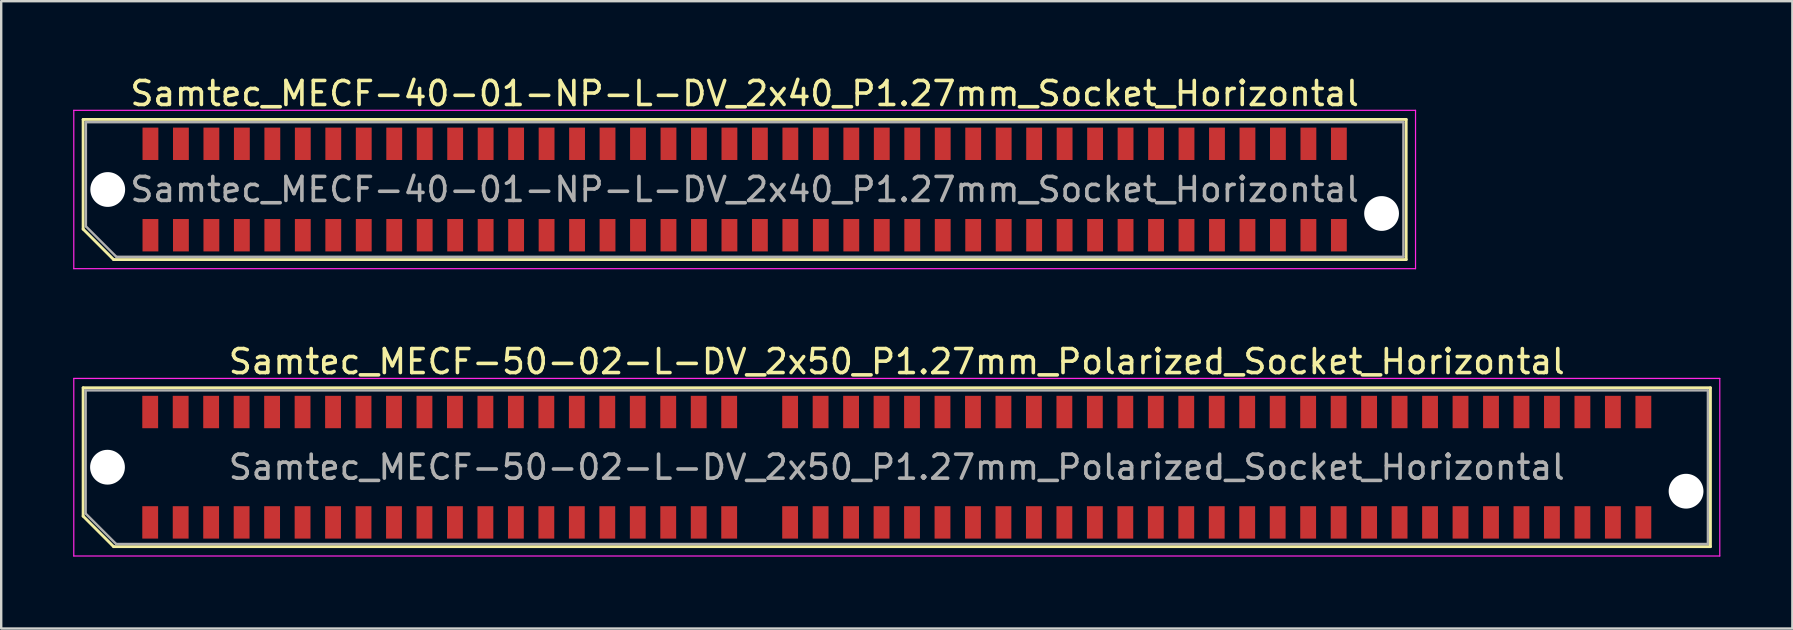
<source format=kicad_pcb>
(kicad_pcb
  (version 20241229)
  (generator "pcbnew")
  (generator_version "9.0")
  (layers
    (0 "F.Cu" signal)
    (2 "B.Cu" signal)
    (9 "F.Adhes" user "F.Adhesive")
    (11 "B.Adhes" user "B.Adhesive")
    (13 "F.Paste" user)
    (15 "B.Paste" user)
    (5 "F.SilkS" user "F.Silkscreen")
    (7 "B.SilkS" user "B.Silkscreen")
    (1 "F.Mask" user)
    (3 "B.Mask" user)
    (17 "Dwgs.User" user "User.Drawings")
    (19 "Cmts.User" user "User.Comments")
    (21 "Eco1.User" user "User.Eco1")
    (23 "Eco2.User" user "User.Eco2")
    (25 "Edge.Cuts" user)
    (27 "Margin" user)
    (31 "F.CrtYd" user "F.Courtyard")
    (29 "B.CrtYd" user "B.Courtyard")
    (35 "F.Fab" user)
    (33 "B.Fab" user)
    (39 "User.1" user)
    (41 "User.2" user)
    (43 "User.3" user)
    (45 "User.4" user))
  (footprint "Samtec_MECF-40-01-NP-L-DV_2x40_P1.27mm_Socket_Horizontal"
    (layer "F.Cu")
    (at 27.985 4.848)
    (property "Reference" "Samtec_MECF-40-01-NP-L-DV_2x40_P1.27mm_Socket_Horizontal" (at 0 -4 0) (layer "F.SilkS") (effects (font (size 1 1) (thickness 0.15))))
    (attr smd)
    (fp_line (start -27.57 -2.92) (end 27.57 -2.92) (stroke (width 0.12) (type solid)) (layer "F.SilkS"))
    (fp_line (start -27.57 1.65) (end -27.57 -2.92) (stroke (width 0.12) (type solid)) (layer "F.SilkS"))
    (fp_line (start -26.3 2.92) (end -27.57 1.65) (stroke (width 0.12) (type solid)) (layer "F.SilkS"))
    (fp_line (start -26.3 2.92) (end 27.57 2.92) (stroke (width 0.12) (type solid)) (layer "F.SilkS"))
    (fp_line (start 27.57 2.92) (end 27.57 -2.92) (stroke (width 0.12) (type solid)) (layer "F.SilkS"))
    (fp_line (start -27.96 -3.3) (end -27.96 3.3) (stroke (width 0.05) (type solid)) (layer "F.CrtYd"))
    (fp_line (start -27.96 3.3) (end 27.96 3.3) (stroke (width 0.05) (type solid)) (layer "F.CrtYd"))
    (fp_line (start 27.96 -3.3) (end -27.96 -3.3) (stroke (width 0.05) (type solid)) (layer "F.CrtYd"))
    (fp_line (start 27.96 3.3) (end 27.96 -3.3) (stroke (width 0.05) (type solid)) (layer "F.CrtYd"))
    (fp_line (start -27.455 -2.805) (end 27.455 -2.805) (stroke (width 0.1) (type solid)) (layer "F.Fab"))
    (fp_line (start -27.455 1.535) (end -27.455 -2.805) (stroke (width 0.1) (type solid)) (layer "F.Fab"))
    (fp_line (start -27.455 1.535) (end -26.185 2.805) (stroke (width 0.1) (type solid)) (layer "F.Fab"))
    (fp_line (start -26.185 2.805) (end 27.455 2.805) (stroke (width 0.1) (type solid)) (layer "F.Fab"))
    (fp_line (start 27.455 2.805) (end 27.455 -2.805) (stroke (width 0.1) (type solid)) (layer "F.Fab"))
    (fp_text user "${REFERENCE}" (at 0 0 0) (layer "F.Fab") (effects (font (size 1 1) (thickness 0.15))))
    (pad "" np_thru_hole circle (at -26.545 0) (size 1.45 1.45) (drill 1.45) (layers "*.Cu" "*.Mask"))
    (pad "" np_thru_hole circle (at 26.545 1) (size 1.45 1.45) (drill 1.45) (layers "*.Cu" "*.Mask"))
    (pad "1" smd rect (at -24.765 1.905) (size 0.66 1.35) (layers "F.Cu" "F.Mask" "F.Paste"))
    (pad "2" smd rect (at -24.765 -1.905) (size 0.66 1.35) (layers "F.Cu" "F.Mask" "F.Paste"))
    (pad "3" smd rect (at -23.495 1.905) (size 0.66 1.35) (layers "F.Cu" "F.Mask" "F.Paste"))
    (pad "4" smd rect (at -23.495 -1.905) (size 0.66 1.35) (layers "F.Cu" "F.Mask" "F.Paste"))
    (pad "5" smd rect (at -22.225 1.905) (size 0.66 1.35) (layers "F.Cu" "F.Mask" "F.Paste"))
    (pad "6" smd rect (at -22.225 -1.905) (size 0.66 1.35) (layers "F.Cu" "F.Mask" "F.Paste"))
    (pad "7" smd rect (at -20.955 1.905) (size 0.66 1.35) (layers "F.Cu" "F.Mask" "F.Paste"))
    (pad "8" smd rect (at -20.955 -1.905) (size 0.66 1.35) (layers "F.Cu" "F.Mask" "F.Paste"))
    (pad "9" smd rect (at -19.685 1.905) (size 0.66 1.35) (layers "F.Cu" "F.Mask" "F.Paste"))
    (pad "10" smd rect (at -19.685 -1.905) (size 0.66 1.35) (layers "F.Cu" "F.Mask" "F.Paste"))
    (pad "11" smd rect (at -18.415 1.905) (size 0.66 1.35) (layers "F.Cu" "F.Mask" "F.Paste"))
    (pad "12" smd rect (at -18.415 -1.905) (size 0.66 1.35) (layers "F.Cu" "F.Mask" "F.Paste"))
    (pad "13" smd rect (at -17.145 1.905) (size 0.66 1.35) (layers "F.Cu" "F.Mask" "F.Paste"))
    (pad "14" smd rect (at -17.145 -1.905) (size 0.66 1.35) (layers "F.Cu" "F.Mask" "F.Paste"))
    (pad "15" smd rect (at -15.875 1.905) (size 0.66 1.35) (layers "F.Cu" "F.Mask" "F.Paste"))
    (pad "16" smd rect (at -15.875 -1.905) (size 0.66 1.35) (layers "F.Cu" "F.Mask" "F.Paste"))
    (pad "17" smd rect (at -14.605 1.905) (size 0.66 1.35) (layers "F.Cu" "F.Mask" "F.Paste"))
    (pad "18" smd rect (at -14.605 -1.905) (size 0.66 1.35) (layers "F.Cu" "F.Mask" "F.Paste"))
    (pad "19" smd rect (at -13.335 1.905) (size 0.66 1.35) (layers "F.Cu" "F.Mask" "F.Paste"))
    (pad "20" smd rect (at -13.335 -1.905) (size 0.66 1.35) (layers "F.Cu" "F.Mask" "F.Paste"))
    (pad "21" smd rect (at -12.065 1.905) (size 0.66 1.35) (layers "F.Cu" "F.Mask" "F.Paste"))
    (pad "22" smd rect (at -12.065 -1.905) (size 0.66 1.35) (layers "F.Cu" "F.Mask" "F.Paste"))
    (pad "23" smd rect (at -10.795 1.905) (size 0.66 1.35) (layers "F.Cu" "F.Mask" "F.Paste"))
    (pad "24" smd rect (at -10.795 -1.905) (size 0.66 1.35) (layers "F.Cu" "F.Mask" "F.Paste"))
    (pad "25" smd rect (at -9.525 1.905) (size 0.66 1.35) (layers "F.Cu" "F.Mask" "F.Paste"))
    (pad "26" smd rect (at -9.525 -1.905) (size 0.66 1.35) (layers "F.Cu" "F.Mask" "F.Paste"))
    (pad "27" smd rect (at -8.255 1.905) (size 0.66 1.35) (layers "F.Cu" "F.Mask" "F.Paste"))
    (pad "28" smd rect (at -8.255 -1.905) (size 0.66 1.35) (layers "F.Cu" "F.Mask" "F.Paste"))
    (pad "29" smd rect (at -6.985 1.905) (size 0.66 1.35) (layers "F.Cu" "F.Mask" "F.Paste"))
    (pad "30" smd rect (at -6.985 -1.905) (size 0.66 1.35) (layers "F.Cu" "F.Mask" "F.Paste"))
    (pad "31" smd rect (at -5.715 1.905) (size 0.66 1.35) (layers "F.Cu" "F.Mask" "F.Paste"))
    (pad "32" smd rect (at -5.715 -1.905) (size 0.66 1.35) (layers "F.Cu" "F.Mask" "F.Paste"))
    (pad "33" smd rect (at -4.445 1.905) (size 0.66 1.35) (layers "F.Cu" "F.Mask" "F.Paste"))
    (pad "34" smd rect (at -4.445 -1.905) (size 0.66 1.35) (layers "F.Cu" "F.Mask" "F.Paste"))
    (pad "35" smd rect (at -3.175 1.905) (size 0.66 1.35) (layers "F.Cu" "F.Mask" "F.Paste"))
    (pad "36" smd rect (at -3.175 -1.905) (size 0.66 1.35) (layers "F.Cu" "F.Mask" "F.Paste"))
    (pad "37" smd rect (at -1.905 1.905) (size 0.66 1.35) (layers "F.Cu" "F.Mask" "F.Paste"))
    (pad "38" smd rect (at -1.905 -1.905) (size 0.66 1.35) (layers "F.Cu" "F.Mask" "F.Paste"))
    (pad "39" smd rect (at -0.635 1.905) (size 0.66 1.35) (layers "F.Cu" "F.Mask" "F.Paste"))
    (pad "40" smd rect (at -0.635 -1.905) (size 0.66 1.35) (layers "F.Cu" "F.Mask" "F.Paste"))
    (pad "41" smd rect (at 0.635 1.905) (size 0.66 1.35) (layers "F.Cu" "F.Mask" "F.Paste"))
    (pad "42" smd rect (at 0.635 -1.905) (size 0.66 1.35) (layers "F.Cu" "F.Mask" "F.Paste"))
    (pad "43" smd rect (at 1.905 1.905) (size 0.66 1.35) (layers "F.Cu" "F.Mask" "F.Paste"))
    (pad "44" smd rect (at 1.905 -1.905) (size 0.66 1.35) (layers "F.Cu" "F.Mask" "F.Paste"))
    (pad "45" smd rect (at 3.175 1.905) (size 0.66 1.35) (layers "F.Cu" "F.Mask" "F.Paste"))
    (pad "46" smd rect (at 3.175 -1.905) (size 0.66 1.35) (layers "F.Cu" "F.Mask" "F.Paste"))
    (pad "47" smd rect (at 4.445 1.905) (size 0.66 1.35) (layers "F.Cu" "F.Mask" "F.Paste"))
    (pad "48" smd rect (at 4.445 -1.905) (size 0.66 1.35) (layers "F.Cu" "F.Mask" "F.Paste"))
    (pad "49" smd rect (at 5.715 1.905) (size 0.66 1.35) (layers "F.Cu" "F.Mask" "F.Paste"))
    (pad "50" smd rect (at 5.715 -1.905) (size 0.66 1.35) (layers "F.Cu" "F.Mask" "F.Paste"))
    (pad "51" smd rect (at 6.985 1.905) (size 0.66 1.35) (layers "F.Cu" "F.Mask" "F.Paste"))
    (pad "52" smd rect (at 6.985 -1.905) (size 0.66 1.35) (layers "F.Cu" "F.Mask" "F.Paste"))
    (pad "53" smd rect (at 8.255 1.905) (size 0.66 1.35) (layers "F.Cu" "F.Mask" "F.Paste"))
    (pad "54" smd rect (at 8.255 -1.905) (size 0.66 1.35) (layers "F.Cu" "F.Mask" "F.Paste"))
    (pad "55" smd rect (at 9.525 1.905) (size 0.66 1.35) (layers "F.Cu" "F.Mask" "F.Paste"))
    (pad "56" smd rect (at 9.525 -1.905) (size 0.66 1.35) (layers "F.Cu" "F.Mask" "F.Paste"))
    (pad "57" smd rect (at 10.795 1.905) (size 0.66 1.35) (layers "F.Cu" "F.Mask" "F.Paste"))
    (pad "58" smd rect (at 10.795 -1.905) (size 0.66 1.35) (layers "F.Cu" "F.Mask" "F.Paste"))
    (pad "59" smd rect (at 12.065 1.905) (size 0.66 1.35) (layers "F.Cu" "F.Mask" "F.Paste"))
    (pad "60" smd rect (at 12.065 -1.905) (size 0.66 1.35) (layers "F.Cu" "F.Mask" "F.Paste"))
    (pad "61" smd rect (at 13.335 1.905) (size 0.66 1.35) (layers "F.Cu" "F.Mask" "F.Paste"))
    (pad "62" smd rect (at 13.335 -1.905) (size 0.66 1.35) (layers "F.Cu" "F.Mask" "F.Paste"))
    (pad "63" smd rect (at 14.605 1.905) (size 0.66 1.35) (layers "F.Cu" "F.Mask" "F.Paste"))
    (pad "64" smd rect (at 14.605 -1.905) (size 0.66 1.35) (layers "F.Cu" "F.Mask" "F.Paste"))
    (pad "65" smd rect (at 15.875 1.905) (size 0.66 1.35) (layers "F.Cu" "F.Mask" "F.Paste"))
    (pad "66" smd rect (at 15.875 -1.905) (size 0.66 1.35) (layers "F.Cu" "F.Mask" "F.Paste"))
    (pad "67" smd rect (at 17.145 1.905) (size 0.66 1.35) (layers "F.Cu" "F.Mask" "F.Paste"))
    (pad "68" smd rect (at 17.145 -1.905) (size 0.66 1.35) (layers "F.Cu" "F.Mask" "F.Paste"))
    (pad "69" smd rect (at 18.415 1.905) (size 0.66 1.35) (layers "F.Cu" "F.Mask" "F.Paste"))
    (pad "70" smd rect (at 18.415 -1.905) (size 0.66 1.35) (layers "F.Cu" "F.Mask" "F.Paste"))
    (pad "71" smd rect (at 19.685 1.905) (size 0.66 1.35) (layers "F.Cu" "F.Mask" "F.Paste"))
    (pad "72" smd rect (at 19.685 -1.905) (size 0.66 1.35) (layers "F.Cu" "F.Mask" "F.Paste"))
    (pad "73" smd rect (at 20.955 1.905) (size 0.66 1.35) (layers "F.Cu" "F.Mask" "F.Paste"))
    (pad "74" smd rect (at 20.955 -1.905) (size 0.66 1.35) (layers "F.Cu" "F.Mask" "F.Paste"))
    (pad "75" smd rect (at 22.225 1.905) (size 0.66 1.35) (layers "F.Cu" "F.Mask" "F.Paste"))
    (pad "76" smd rect (at 22.225 -1.905) (size 0.66 1.35) (layers "F.Cu" "F.Mask" "F.Paste"))
    (pad "77" smd rect (at 23.495 1.905) (size 0.66 1.35) (layers "F.Cu" "F.Mask" "F.Paste"))
    (pad "78" smd rect (at 23.495 -1.905) (size 0.66 1.35) (layers "F.Cu" "F.Mask" "F.Paste"))
    (pad "79" smd rect (at 24.765 1.905) (size 0.66 1.35) (layers "F.Cu" "F.Mask" "F.Paste"))
    (pad "80" smd rect (at 24.765 -1.905) (size 0.66 1.35) (layers "F.Cu" "F.Mask" "F.Paste")))
  (footprint "Samtec_MECF-50-02-L-DV_2x50_P1.27mm_Polarized_Socket_Horizontal"
    (layer "F.Cu")
    (at 34.325 16.422)
    (property "Reference" "Samtec_MECF-50-02-L-DV_2x50_P1.27mm_Polarized_Socket_Horizontal" (at 0 -4.4 0) (layer "F.SilkS") (effects (font (size 1 1) (thickness 0.15))))
    (attr smd)
    (fp_line (start -33.91 -3.31) (end 33.91 -3.31) (stroke (width 0.12) (type solid)) (layer "F.SilkS"))
    (fp_line (start -33.91 2.04) (end -33.91 -3.31) (stroke (width 0.12) (type solid)) (layer "F.SilkS"))
    (fp_line (start -32.64 3.31) (end -33.91 2.04) (stroke (width 0.12) (type solid)) (layer "F.SilkS"))
    (fp_line (start -32.64 3.31) (end 33.91 3.31) (stroke (width 0.12) (type solid)) (layer "F.SilkS"))
    (fp_line (start 33.91 3.31) (end 33.91 -3.31) (stroke (width 0.12) (type solid)) (layer "F.SilkS"))
    (fp_line (start -34.3 -3.7) (end -34.3 3.7) (stroke (width 0.05) (type solid)) (layer "F.CrtYd"))
    (fp_line (start -34.3 3.7) (end 34.3 3.7) (stroke (width 0.05) (type solid)) (layer "F.CrtYd"))
    (fp_line (start 34.3 -3.7) (end -34.3 -3.7) (stroke (width 0.05) (type solid)) (layer "F.CrtYd"))
    (fp_line (start 34.3 3.7) (end 34.3 -3.7) (stroke (width 0.05) (type solid)) (layer "F.CrtYd"))
    (fp_line (start -33.805 -3.2) (end 33.805 -3.2) (stroke (width 0.1) (type solid)) (layer "F.Fab"))
    (fp_line (start -33.805 1.93) (end -33.805 -3.2) (stroke (width 0.1) (type solid)) (layer "F.Fab"))
    (fp_line (start -33.805 1.93) (end -32.535 3.2) (stroke (width 0.1) (type solid)) (layer "F.Fab"))
    (fp_line (start -32.535 3.2) (end 33.805 3.2) (stroke (width 0.1) (type solid)) (layer "F.Fab"))
    (fp_line (start 33.805 3.2) (end 33.805 -3.2) (stroke (width 0.1) (type solid)) (layer "F.Fab"))
    (fp_text user "${REFERENCE}" (at 0 0 0) (layer "F.Fab") (effects (font (size 1 1) (thickness 0.15))))
    (pad "" np_thru_hole circle (at -32.895 0) (size 1.45 1.45) (drill 1.45) (layers "*.Cu" "*.Mask"))
    (pad "" np_thru_hole circle (at 32.895 1) (size 1.45 1.45) (drill 1.45) (layers "*.Cu" "*.Mask"))
    (pad "1" smd rect (at -31.115 2.3) (size 0.66 1.35) (layers "F.Cu" "F.Mask" "F.Paste"))
    (pad "2" smd rect (at -31.115 -2.3) (size 0.66 1.35) (layers "F.Cu" "F.Mask" "F.Paste"))
    (pad "3" smd rect (at -29.845 2.3) (size 0.66 1.35) (layers "F.Cu" "F.Mask" "F.Paste"))
    (pad "4" smd rect (at -29.845 -2.3) (size 0.66 1.35) (layers "F.Cu" "F.Mask" "F.Paste"))
    (pad "5" smd rect (at -28.575 2.3) (size 0.66 1.35) (layers "F.Cu" "F.Mask" "F.Paste"))
    (pad "6" smd rect (at -28.575 -2.3) (size 0.66 1.35) (layers "F.Cu" "F.Mask" "F.Paste"))
    (pad "7" smd rect (at -27.305 2.3) (size 0.66 1.35) (layers "F.Cu" "F.Mask" "F.Paste"))
    (pad "8" smd rect (at -27.305 -2.3) (size 0.66 1.35) (layers "F.Cu" "F.Mask" "F.Paste"))
    (pad "9" smd rect (at -26.035 2.3) (size 0.66 1.35) (layers "F.Cu" "F.Mask" "F.Paste"))
    (pad "10" smd rect (at -26.035 -2.3) (size 0.66 1.35) (layers "F.Cu" "F.Mask" "F.Paste"))
    (pad "11" smd rect (at -24.765 2.3) (size 0.66 1.35) (layers "F.Cu" "F.Mask" "F.Paste"))
    (pad "12" smd rect (at -24.765 -2.3) (size 0.66 1.35) (layers "F.Cu" "F.Mask" "F.Paste"))
    (pad "13" smd rect (at -23.495 2.3) (size 0.66 1.35) (layers "F.Cu" "F.Mask" "F.Paste"))
    (pad "14" smd rect (at -23.495 -2.3) (size 0.66 1.35) (layers "F.Cu" "F.Mask" "F.Paste"))
    (pad "15" smd rect (at -22.225 2.3) (size 0.66 1.35) (layers "F.Cu" "F.Mask" "F.Paste"))
    (pad "16" smd rect (at -22.225 -2.3) (size 0.66 1.35) (layers "F.Cu" "F.Mask" "F.Paste"))
    (pad "17" smd rect (at -20.955 2.3) (size 0.66 1.35) (layers "F.Cu" "F.Mask" "F.Paste"))
    (pad "18" smd rect (at -20.955 -2.3) (size 0.66 1.35) (layers "F.Cu" "F.Mask" "F.Paste"))
    (pad "19" smd rect (at -19.685 2.3) (size 0.66 1.35) (layers "F.Cu" "F.Mask" "F.Paste"))
    (pad "20" smd rect (at -19.685 -2.3) (size 0.66 1.35) (layers "F.Cu" "F.Mask" "F.Paste"))
    (pad "21" smd rect (at -18.415 2.3) (size 0.66 1.35) (layers "F.Cu" "F.Mask" "F.Paste"))
    (pad "22" smd rect (at -18.415 -2.3) (size 0.66 1.35) (layers "F.Cu" "F.Mask" "F.Paste"))
    (pad "23" smd rect (at -17.145 2.3) (size 0.66 1.35) (layers "F.Cu" "F.Mask" "F.Paste"))
    (pad "24" smd rect (at -17.145 -2.3) (size 0.66 1.35) (layers "F.Cu" "F.Mask" "F.Paste"))
    (pad "25" smd rect (at -15.875 2.3) (size 0.66 1.35) (layers "F.Cu" "F.Mask" "F.Paste"))
    (pad "26" smd rect (at -15.875 -2.3) (size 0.66 1.35) (layers "F.Cu" "F.Mask" "F.Paste"))
    (pad "27" smd rect (at -14.605 2.3) (size 0.66 1.35) (layers "F.Cu" "F.Mask" "F.Paste"))
    (pad "28" smd rect (at -14.605 -2.3) (size 0.66 1.35) (layers "F.Cu" "F.Mask" "F.Paste"))
    (pad "29" smd rect (at -13.335 2.3) (size 0.66 1.35) (layers "F.Cu" "F.Mask" "F.Paste"))
    (pad "30" smd rect (at -13.335 -2.3) (size 0.66 1.35) (layers "F.Cu" "F.Mask" "F.Paste"))
    (pad "31" smd rect (at -12.065 2.3) (size 0.66 1.35) (layers "F.Cu" "F.Mask" "F.Paste"))
    (pad "32" smd rect (at -12.065 -2.3) (size 0.66 1.35) (layers "F.Cu" "F.Mask" "F.Paste"))
    (pad "33" smd rect (at -10.795 2.3) (size 0.66 1.35) (layers "F.Cu" "F.Mask" "F.Paste"))
    (pad "34" smd rect (at -10.795 -2.3) (size 0.66 1.35) (layers "F.Cu" "F.Mask" "F.Paste"))
    (pad "35" smd rect (at -9.525 2.3) (size 0.66 1.35) (layers "F.Cu" "F.Mask" "F.Paste"))
    (pad "36" smd rect (at -9.525 -2.3) (size 0.66 1.35) (layers "F.Cu" "F.Mask" "F.Paste"))
    (pad "37" smd rect (at -8.255 2.3) (size 0.66 1.35) (layers "F.Cu" "F.Mask" "F.Paste"))
    (pad "38" smd rect (at -8.255 -2.3) (size 0.66 1.35) (layers "F.Cu" "F.Mask" "F.Paste"))
    (pad "39" smd rect (at -6.985 2.3) (size 0.66 1.35) (layers "F.Cu" "F.Mask" "F.Paste"))
    (pad "40" smd rect (at -6.985 -2.3) (size 0.66 1.35) (layers "F.Cu" "F.Mask" "F.Paste"))
    (pad "43" smd rect (at -4.445 2.3) (size 0.66 1.35) (layers "F.Cu" "F.Mask" "F.Paste"))
    (pad "44" smd rect (at -4.445 -2.3) (size 0.66 1.35) (layers "F.Cu" "F.Mask" "F.Paste"))
    (pad "45" smd rect (at -3.175 2.3) (size 0.66 1.35) (layers "F.Cu" "F.Mask" "F.Paste"))
    (pad "46" smd rect (at -3.175 -2.3) (size 0.66 1.35) (layers "F.Cu" "F.Mask" "F.Paste"))
    (pad "47" smd rect (at -1.905 2.3) (size 0.66 1.35) (layers "F.Cu" "F.Mask" "F.Paste"))
    (pad "48" smd rect (at -1.905 -2.3) (size 0.66 1.35) (layers "F.Cu" "F.Mask" "F.Paste"))
    (pad "49" smd rect (at -0.635 2.3) (size 0.66 1.35) (layers "F.Cu" "F.Mask" "F.Paste"))
    (pad "50" smd rect (at -0.635 -2.3) (size 0.66 1.35) (layers "F.Cu" "F.Mask" "F.Paste"))
    (pad "51" smd rect (at 0.635 2.3) (size 0.66 1.35) (layers "F.Cu" "F.Mask" "F.Paste"))
    (pad "52" smd rect (at 0.635 -2.3) (size 0.66 1.35) (layers "F.Cu" "F.Mask" "F.Paste"))
    (pad "53" smd rect (at 1.905 2.3) (size 0.66 1.35) (layers "F.Cu" "F.Mask" "F.Paste"))
    (pad "54" smd rect (at 1.905 -2.3) (size 0.66 1.35) (layers "F.Cu" "F.Mask" "F.Paste"))
    (pad "55" smd rect (at 3.175 2.3) (size 0.66 1.35) (layers "F.Cu" "F.Mask" "F.Paste"))
    (pad "56" smd rect (at 3.175 -2.3) (size 0.66 1.35) (layers "F.Cu" "F.Mask" "F.Paste"))
    (pad "57" smd rect (at 4.445 2.3) (size 0.66 1.35) (layers "F.Cu" "F.Mask" "F.Paste"))
    (pad "58" smd rect (at 4.445 -2.3) (size 0.66 1.35) (layers "F.Cu" "F.Mask" "F.Paste"))
    (pad "59" smd rect (at 5.715 2.3) (size 0.66 1.35) (layers "F.Cu" "F.Mask" "F.Paste"))
    (pad "60" smd rect (at 5.715 -2.3) (size 0.66 1.35) (layers "F.Cu" "F.Mask" "F.Paste"))
    (pad "61" smd rect (at 6.985 2.3) (size 0.66 1.35) (layers "F.Cu" "F.Mask" "F.Paste"))
    (pad "62" smd rect (at 6.985 -2.3) (size 0.66 1.35) (layers "F.Cu" "F.Mask" "F.Paste"))
    (pad "63" smd rect (at 8.255 2.3) (size 0.66 1.35) (layers "F.Cu" "F.Mask" "F.Paste"))
    (pad "64" smd rect (at 8.255 -2.3) (size 0.66 1.35) (layers "F.Cu" "F.Mask" "F.Paste"))
    (pad "65" smd rect (at 9.525 2.3) (size 0.66 1.35) (layers "F.Cu" "F.Mask" "F.Paste"))
    (pad "66" smd rect (at 9.525 -2.3) (size 0.66 1.35) (layers "F.Cu" "F.Mask" "F.Paste"))
    (pad "67" smd rect (at 10.795 2.3) (size 0.66 1.35) (layers "F.Cu" "F.Mask" "F.Paste"))
    (pad "68" smd rect (at 10.795 -2.3) (size 0.66 1.35) (layers "F.Cu" "F.Mask" "F.Paste"))
    (pad "69" smd rect (at 12.065 2.3) (size 0.66 1.35) (layers "F.Cu" "F.Mask" "F.Paste"))
    (pad "70" smd rect (at 12.065 -2.3) (size 0.66 1.35) (layers "F.Cu" "F.Mask" "F.Paste"))
    (pad "71" smd rect (at 13.335 2.3) (size 0.66 1.35) (layers "F.Cu" "F.Mask" "F.Paste"))
    (pad "72" smd rect (at 13.335 -2.3) (size 0.66 1.35) (layers "F.Cu" "F.Mask" "F.Paste"))
    (pad "73" smd rect (at 14.605 2.3) (size 0.66 1.35) (layers "F.Cu" "F.Mask" "F.Paste"))
    (pad "74" smd rect (at 14.605 -2.3) (size 0.66 1.35) (layers "F.Cu" "F.Mask" "F.Paste"))
    (pad "75" smd rect (at 15.875 2.3) (size 0.66 1.35) (layers "F.Cu" "F.Mask" "F.Paste"))
    (pad "76" smd rect (at 15.875 -2.3) (size 0.66 1.35) (layers "F.Cu" "F.Mask" "F.Paste"))
    (pad "77" smd rect (at 17.145 2.3) (size 0.66 1.35) (layers "F.Cu" "F.Mask" "F.Paste"))
    (pad "78" smd rect (at 17.145 -2.3) (size 0.66 1.35) (layers "F.Cu" "F.Mask" "F.Paste"))
    (pad "79" smd rect (at 18.415 2.3) (size 0.66 1.35) (layers "F.Cu" "F.Mask" "F.Paste"))
    (pad "80" smd rect (at 18.415 -2.3) (size 0.66 1.35) (layers "F.Cu" "F.Mask" "F.Paste"))
    (pad "81" smd rect (at 19.685 2.3) (size 0.66 1.35) (layers "F.Cu" "F.Mask" "F.Paste"))
    (pad "82" smd rect (at 19.685 -2.3) (size 0.66 1.35) (layers "F.Cu" "F.Mask" "F.Paste"))
    (pad "83" smd rect (at 20.955 2.3) (size 0.66 1.35) (layers "F.Cu" "F.Mask" "F.Paste"))
    (pad "84" smd rect (at 20.955 -2.3) (size 0.66 1.35) (layers "F.Cu" "F.Mask" "F.Paste"))
    (pad "85" smd rect (at 22.225 2.3) (size 0.66 1.35) (layers "F.Cu" "F.Mask" "F.Paste"))
    (pad "86" smd rect (at 22.225 -2.3) (size 0.66 1.35) (layers "F.Cu" "F.Mask" "F.Paste"))
    (pad "87" smd rect (at 23.495 2.3) (size 0.66 1.35) (layers "F.Cu" "F.Mask" "F.Paste"))
    (pad "88" smd rect (at 23.495 -2.3) (size 0.66 1.35) (layers "F.Cu" "F.Mask" "F.Paste"))
    (pad "89" smd rect (at 24.765 2.3) (size 0.66 1.35) (layers "F.Cu" "F.Mask" "F.Paste"))
    (pad "90" smd rect (at 24.765 -2.3) (size 0.66 1.35) (layers "F.Cu" "F.Mask" "F.Paste"))
    (pad "91" smd rect (at 26.035 2.3) (size 0.66 1.35) (layers "F.Cu" "F.Mask" "F.Paste"))
    (pad "92" smd rect (at 26.035 -2.3) (size 0.66 1.35) (layers "F.Cu" "F.Mask" "F.Paste"))
    (pad "93" smd rect (at 27.305 2.3) (size 0.66 1.35) (layers "F.Cu" "F.Mask" "F.Paste"))
    (pad "94" smd rect (at 27.305 -2.3) (size 0.66 1.35) (layers "F.Cu" "F.Mask" "F.Paste"))
    (pad "95" smd rect (at 28.575 2.3) (size 0.66 1.35) (layers "F.Cu" "F.Mask" "F.Paste"))
    (pad "96" smd rect (at 28.575 -2.3) (size 0.66 1.35) (layers "F.Cu" "F.Mask" "F.Paste"))
    (pad "97" smd rect (at 29.845 2.3) (size 0.66 1.35) (layers "F.Cu" "F.Mask" "F.Paste"))
    (pad "98" smd rect (at 29.845 -2.3) (size 0.66 1.35) (layers "F.Cu" "F.Mask" "F.Paste"))
    (pad "99" smd rect (at 31.115 2.3) (size 0.66 1.35) (layers "F.Cu" "F.Mask" "F.Paste"))
    (pad "100" smd rect (at 31.115 -2.3) (size 0.66 1.35) (layers "F.Cu" "F.Mask" "F.Paste")))
  (gr_rect
    (start -3 -3)
    (end 71.65 23.146)
    (stroke (width 0.1) (type default))
    (fill no)
    (layer "Edge.Cuts")))
</source>
